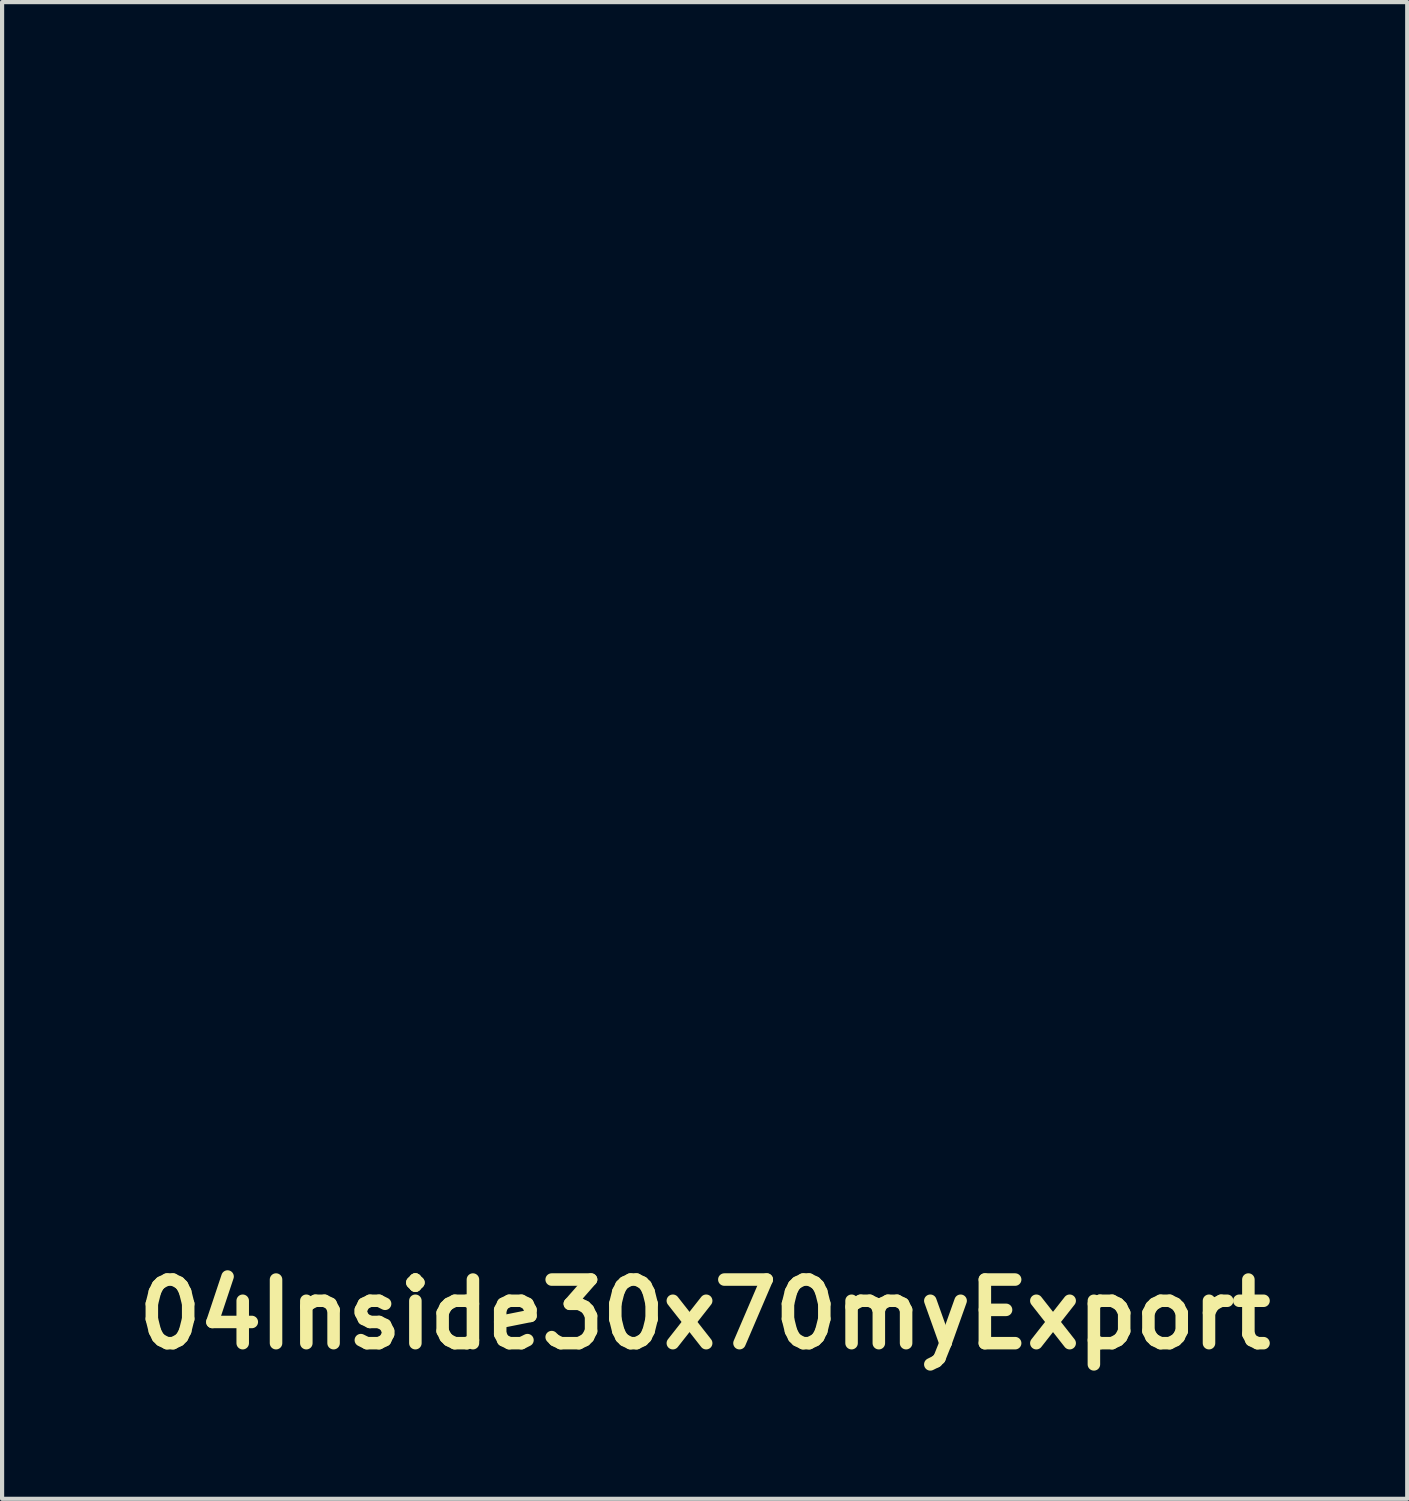
<source format=kicad_pcb>
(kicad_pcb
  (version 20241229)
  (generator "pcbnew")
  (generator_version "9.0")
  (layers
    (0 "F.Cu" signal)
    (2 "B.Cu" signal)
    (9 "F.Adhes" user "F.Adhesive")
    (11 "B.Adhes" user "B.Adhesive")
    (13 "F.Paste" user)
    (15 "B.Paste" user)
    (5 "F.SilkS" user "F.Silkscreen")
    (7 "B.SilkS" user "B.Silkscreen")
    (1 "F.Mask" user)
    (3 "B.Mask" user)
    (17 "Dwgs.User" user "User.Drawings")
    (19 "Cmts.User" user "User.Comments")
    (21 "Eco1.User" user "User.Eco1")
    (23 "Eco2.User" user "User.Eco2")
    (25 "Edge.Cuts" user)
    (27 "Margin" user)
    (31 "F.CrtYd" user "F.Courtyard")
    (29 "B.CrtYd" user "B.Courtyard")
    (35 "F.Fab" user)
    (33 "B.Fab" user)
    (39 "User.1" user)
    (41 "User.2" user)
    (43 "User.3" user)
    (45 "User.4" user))
  (footprint "04Inside30x70myExport"
    (layer "F.Cu")
    (at 13.832 28.44)
    (property "Reference" "04Inside30x70myExport" (at 0 0 0) (layer "F.SilkS") (effects (font (size 1.524 1.524) (thickness 0.3))))
    (attr board_only exclude_from_pos_files exclude_from_bom)
    (fp_poly (pts (xy 8.317 -28.16) (xy 8.126 -27.831) (xy 7.759 -27.234) (xy 7.357 -26.652) (xy 6.917 -26.082) (xy 6.438 -25.522) (xy 5.919 -24.972) (xy 5.357 -24.428) (xy 4.751 -23.889) (xy 4.099 -23.353) (xy 3.578 -22.951) (xy 3.433 -22.842) (xy 3.322 -22.76) (xy 3.241 -22.7) (xy 3.186 -22.661) (xy 3.151 -22.638) (xy 3.132 -22.628) (xy 3.124 -22.629) (xy 3.123 -22.635) (xy 3.137 -22.662) (xy 3.176 -22.725) (xy 3.238 -22.819) (xy 3.32 -22.94) (xy 3.418 -23.083) (xy 3.529 -23.245) (xy 3.651 -23.421) (xy 3.78 -23.606) (xy 3.914 -23.796) (xy 4.049 -23.987) (xy 4.182 -24.174) (xy 4.311 -24.353) (xy 4.432 -24.52) (xy 4.509 -24.625) (xy 4.93 -25.186) (xy 5.341 -25.703) (xy 5.743 -26.181) (xy 6.141 -26.621) (xy 6.537 -27.028) (xy 6.935 -27.406) (xy 7.338 -27.757) (xy 7.749 -28.085) (xy 7.938 -28.226) (xy 8.118 -28.358)) (stroke (width 0) (type solid)) (fill yes) (layer "F.Mask"))
    (fp_poly (pts (xy 2.488 -28.154) (xy 2.539 -28.026) (xy 2.597 -27.867) (xy 2.656 -27.692) (xy 2.71 -27.518) (xy 2.755 -27.36) (xy 2.774 -27.281) (xy 2.862 -26.817) (xy 2.911 -26.335) (xy 2.922 -25.831) (xy 2.896 -25.303) (xy 2.831 -24.748) (xy 2.802 -24.564) (xy 2.77 -24.377) (xy 2.734 -24.178) (xy 2.694 -23.974) (xy 2.653 -23.77) (xy 2.611 -23.573) (xy 2.57 -23.39) (xy 2.532 -23.225) (xy 2.497 -23.086) (xy 2.468 -22.977) (xy 2.445 -22.907) (xy 2.432 -22.882) (xy 2.414 -22.887) (xy 2.397 -22.928) (xy 2.396 -22.931) (xy 2.382 -22.99) (xy 2.361 -23.078) (xy 2.336 -23.179) (xy 2.333 -23.192) (xy 2.193 -23.804) (xy 2.085 -24.38) (xy 2.009 -24.924) (xy 1.963 -25.438) (xy 1.949 -25.925) (xy 1.966 -26.387) (xy 2.014 -26.827) (xy 2.093 -27.247) (xy 2.104 -27.293) (xy 2.159 -27.5) (xy 2.228 -27.721) (xy 2.304 -27.938) (xy 2.38 -28.128) (xy 2.386 -28.142) (xy 2.44 -28.265)) (stroke (width 0) (type solid)) (fill yes) (layer "F.Mask"))
    (fp_poly (pts (xy -8.104 -26.419) (xy -8.005 -26.398) (xy -7.873 -26.358) (xy -7.856 -26.353) (xy -7.642 -26.264) (xy -7.409 -26.134) (xy -7.158 -25.966) (xy -6.893 -25.764) (xy -6.618 -25.529) (xy -6.334 -25.265) (xy -6.045 -24.974) (xy -5.754 -24.66) (xy -5.464 -24.326) (xy -5.178 -23.973) (xy -4.899 -23.605) (xy -4.705 -23.335) (xy -4.59 -23.168) (xy -4.481 -23.005) (xy -4.381 -22.85) (xy -4.293 -22.71) (xy -4.219 -22.588) (xy -4.164 -22.489) (xy -4.129 -22.419) (xy -4.118 -22.382) (xy -4.123 -22.377) (xy -4.151 -22.39) (xy -4.21 -22.424) (xy -4.291 -22.473) (xy -4.34 -22.504) (xy -4.799 -22.804) (xy -5.216 -23.087) (xy -5.594 -23.356) (xy -5.937 -23.615) (xy -6.249 -23.867) (xy -6.531 -24.113) (xy -6.788 -24.358) (xy -7.023 -24.604) (xy -7.24 -24.854) (xy -7.44 -25.111) (xy -7.629 -25.377) (xy -7.689 -25.467) (xy -7.752 -25.567) (xy -7.822 -25.687) (xy -7.897 -25.818) (xy -7.971 -25.953) (xy -8.04 -26.084) (xy -8.101 -26.203) (xy -8.148 -26.302) (xy -8.179 -26.373) (xy -8.188 -26.407) (xy -8.166 -26.423)) (stroke (width 0) (type solid)) (fill yes) (layer "F.Mask"))
    (fp_poly (pts (xy -3.796 -28.14) (xy -3.695 -27.993) (xy -3.598 -27.802) (xy -3.507 -27.57) (xy -3.423 -27.301) (xy -3.347 -27.001) (xy -3.281 -26.672) (xy -3.226 -26.319) (xy -3.206 -26.162) (xy -3.191 -26.002) (xy -3.178 -25.804) (xy -3.17 -25.58) (xy -3.164 -25.34) (xy -3.161 -25.092) (xy -3.162 -24.848) (xy -3.166 -24.618) (xy -3.174 -24.411) (xy -3.185 -24.237) (xy -3.193 -24.158) (xy -3.237 -23.827) (xy -3.287 -23.51) (xy -3.344 -23.221) (xy -3.398 -22.99) (xy -3.431 -22.861) (xy -3.456 -22.774) (xy -3.473 -22.722) (xy -3.485 -22.701) (xy -3.494 -22.703) (xy -3.503 -22.722) (xy -3.538 -22.832) (xy -3.581 -22.981) (xy -3.63 -23.164) (xy -3.682 -23.37) (xy -3.737 -23.594) (xy -3.793 -23.826) (xy -3.846 -24.06) (xy -3.896 -24.286) (xy -3.941 -24.498) (xy -3.968 -24.639) (xy -4.047 -25.075) (xy -4.109 -25.474) (xy -4.154 -25.843) (xy -4.183 -26.19) (xy -4.198 -26.523) (xy -4.199 -26.85) (xy -4.197 -26.924) (xy -4.186 -27.195) (xy -4.167 -27.424) (xy -4.14 -27.617) (xy -4.102 -27.782) (xy -4.052 -27.926) (xy -3.989 -28.055) (xy -3.942 -28.132) (xy -3.875 -28.234)) (stroke (width 0) (type solid)) (fill yes) (layer "F.Mask"))
    (fp_poly (pts (xy -0.117 -28.195) (xy -0.055 -28.131) (xy 0.025 -28.041) (xy 0.118 -27.93) (xy 0.217 -27.805) (xy 0.318 -27.673) (xy 0.415 -27.541) (xy 0.503 -27.414) (xy 0.51 -27.404) (xy 0.694 -27.112) (xy 0.865 -26.807) (xy 1.024 -26.485) (xy 1.174 -26.141) (xy 1.314 -25.771) (xy 1.449 -25.371) (xy 1.578 -24.935) (xy 1.704 -24.46) (xy 1.828 -23.941) (xy 1.845 -23.869) (xy 1.899 -23.63) (xy 1.943 -23.435) (xy 1.978 -23.279) (xy 2.004 -23.158) (xy 2.024 -23.067) (xy 2.036 -23.003) (xy 2.044 -22.96) (xy 2.046 -22.934) (xy 2.045 -22.921) (xy 2.042 -22.917) (xy 2.039 -22.917) (xy 2.019 -22.936) (xy 1.977 -22.989) (xy 1.917 -23.07) (xy 1.845 -23.171) (xy 1.787 -23.255) (xy 1.455 -23.751) (xy 1.159 -24.219) (xy 0.898 -24.663) (xy 0.669 -25.086) (xy 0.471 -25.492) (xy 0.303 -25.885) (xy 0.163 -26.267) (xy 0.048 -26.643) (xy -0.042 -27.017) (xy -0.109 -27.391) (xy -0.11 -27.403) (xy -0.128 -27.537) (xy -0.143 -27.678) (xy -0.155 -27.819) (xy -0.164 -27.95) (xy -0.169 -28.064) (xy -0.17 -28.154) (xy -0.166 -28.21) (xy -0.157 -28.225)) (stroke (width 0) (type solid)) (fill yes) (layer "F.Mask"))
    (fp_poly (pts (xy 5.036 -28.204) (xy 5.039 -28.14) (xy 5.037 -28.042) (xy 5.029 -27.917) (xy 5.016 -27.772) (xy 4.999 -27.615) (xy 4.979 -27.454) (xy 4.956 -27.294) (xy 4.931 -27.144) (xy 4.916 -27.06) (xy 4.834 -26.703) (xy 4.73 -26.344) (xy 4.603 -25.979) (xy 4.45 -25.604) (xy 4.269 -25.217) (xy 4.06 -24.812) (xy 3.82 -24.386) (xy 3.547 -23.936) (xy 3.239 -23.457) (xy 3.163 -23.341) (xy 3.044 -23.163) (xy 2.949 -23.025) (xy 2.877 -22.924) (xy 2.827 -22.858) (xy 2.795 -22.825) (xy 2.782 -22.823) (xy 2.785 -22.85) (xy 2.788 -22.861) (xy 2.797 -22.897) (xy 2.814 -22.974) (xy 2.839 -23.083) (xy 2.869 -23.216) (xy 2.903 -23.367) (xy 2.914 -23.421) (xy 3.04 -23.967) (xy 3.164 -24.467) (xy 3.289 -24.926) (xy 3.416 -25.348) (xy 3.546 -25.735) (xy 3.681 -26.093) (xy 3.822 -26.425) (xy 3.97 -26.734) (xy 4.127 -27.025) (xy 4.255 -27.24) (xy 4.339 -27.369) (xy 4.434 -27.508) (xy 4.535 -27.649) (xy 4.637 -27.787) (xy 4.737 -27.915) (xy 4.829 -28.03) (xy 4.91 -28.123) (xy 4.973 -28.19) (xy 5.016 -28.224) (xy 5.026 -28.227)) (stroke (width 0) (type solid)) (fill yes) (layer "F.Mask"))
    (fp_poly (pts (xy -3.369 -28.334) (xy -3.288 -28.297) (xy -3.188 -28.247) (xy -3.076 -28.188) (xy -2.961 -28.123) (xy -2.849 -28.057) (xy -2.749 -27.995) (xy -2.668 -27.939) (xy -2.66 -27.934) (xy -2.468 -27.78) (xy -2.253 -27.591) (xy -2.016 -27.368) (xy -1.762 -27.116) (xy -1.495 -26.839) (xy -1.217 -26.542) (xy -0.932 -26.227) (xy -0.644 -25.9) (xy -0.355 -25.564) (xy -0.07 -25.223) (xy 0.209 -24.88) (xy 0.479 -24.541) (xy 0.734 -24.209) (xy 0.973 -23.888) (xy 1.192 -23.581) (xy 1.387 -23.294) (xy 1.556 -23.03) (xy 1.646 -22.878) (xy 1.713 -22.759) (xy 1.754 -22.68) (xy 1.766 -22.636) (xy 1.749 -22.625) (xy 1.701 -22.643) (xy 1.621 -22.687) (xy 1.57 -22.717) (xy 1.279 -22.901) (xy 0.968 -23.123) (xy 0.642 -23.379) (xy 0.303 -23.665) (xy -0.045 -23.977) (xy -0.396 -24.31) (xy -0.747 -24.66) (xy -1.094 -25.023) (xy -1.433 -25.394) (xy -1.76 -25.769) (xy -2.07 -26.145) (xy -2.361 -26.515) (xy -2.627 -26.877) (xy -2.864 -27.226) (xy -3.07 -27.558) (xy -3.179 -27.752) (xy -3.244 -27.878) (xy -3.306 -28.006) (xy -3.361 -28.127) (xy -3.405 -28.231) (xy -3.433 -28.31) (xy -3.442 -28.352) (xy -3.423 -28.354)) (stroke (width 0) (type solid)) (fill yes) (layer "F.Mask"))
    (fp_poly (pts (xy -9.936 -24.588) (xy -9.841 -24.581) (xy -9.809 -24.579) (xy -9.336 -24.522) (xy -8.844 -24.422) (xy -8.333 -24.279) (xy -7.806 -24.093) (xy -7.265 -23.866) (xy -6.922 -23.704) (xy -6.744 -23.616) (xy -6.573 -23.528) (xy -6.402 -23.438) (xy -6.225 -23.341) (xy -6.035 -23.235) (xy -5.827 -23.116) (xy -5.594 -22.981) (xy -5.331 -22.826) (xy -5.09 -22.683) (xy -4.9 -22.569) (xy -4.749 -22.478) (xy -4.632 -22.406) (xy -4.547 -22.352) (xy -4.489 -22.312) (xy -4.456 -22.285) (xy -4.442 -22.267) (xy -4.445 -22.256) (xy -4.461 -22.25) (xy -4.463 -22.25) (xy -4.55 -22.239) (xy -4.671 -22.234) (xy -4.813 -22.235) (xy -4.962 -22.242) (xy -5.105 -22.254) (xy -5.188 -22.264) (xy -5.412 -22.301) (xy -5.629 -22.344) (xy -5.857 -22.398) (xy -6.11 -22.466) (xy -6.189 -22.489) (xy -6.589 -22.613) (xy -6.996 -22.755) (xy -7.402 -22.912) (xy -7.801 -23.082) (xy -8.187 -23.261) (xy -8.553 -23.446) (xy -8.891 -23.634) (xy -9.197 -23.822) (xy -9.462 -24.007) (xy -9.53 -24.059) (xy -9.638 -24.149) (xy -9.748 -24.249) (xy -9.85 -24.35) (xy -9.935 -24.443) (xy -9.995 -24.519) (xy -10.01 -24.544) (xy -10.021 -24.568) (xy -10.018 -24.583) (xy -9.993 -24.589)) (stroke (width 0) (type solid)) (fill yes) (layer "F.Mask"))
    (fp_poly (pts (xy -6.144 -28.427) (xy -6.107 -28.391) (xy -6.053 -28.327) (xy -5.978 -28.232) (xy -5.878 -28.102) (xy -5.848 -28.062) (xy -5.707 -27.873) (xy -5.592 -27.714) (xy -5.495 -27.576) (xy -5.413 -27.45) (xy -5.338 -27.326) (xy -5.266 -27.197) (xy -5.191 -27.052) (xy -5.142 -26.956) (xy -5.032 -26.732) (xy -4.931 -26.516) (xy -4.836 -26.303) (xy -4.747 -26.088) (xy -4.662 -25.866) (xy -4.578 -25.633) (xy -4.494 -25.383) (xy -4.409 -25.111) (xy -4.321 -24.812) (xy -4.228 -24.482) (xy -4.128 -24.115) (xy -4.02 -23.707) (xy -3.984 -23.568) (xy -3.935 -23.381) (xy -3.89 -23.207) (xy -3.85 -23.054) (xy -3.816 -22.927) (xy -3.791 -22.832) (xy -3.776 -22.775) (xy -3.772 -22.763) (xy -3.767 -22.726) (xy -3.788 -22.729) (xy -3.834 -22.772) (xy -3.903 -22.854) (xy -3.909 -22.861) (xy -4.273 -23.346) (xy -4.613 -23.847) (xy -4.927 -24.36) (xy -5.213 -24.879) (xy -5.468 -25.4) (xy -5.69 -25.917) (xy -5.875 -26.426) (xy -6.022 -26.921) (xy -6.125 -27.379) (xy -6.143 -27.495) (xy -6.159 -27.633) (xy -6.173 -27.783) (xy -6.184 -27.936) (xy -6.191 -28.084) (xy -6.195 -28.217) (xy -6.194 -28.326) (xy -6.188 -28.402) (xy -6.18 -28.433) (xy -6.168 -28.44)) (stroke (width 0) (type solid)) (fill yes) (layer "F.Mask"))
    (fp_poly (pts (xy -9.516 -22.46) (xy -9.216 -22.459) (xy -8.957 -22.457) (xy -8.729 -22.453) (xy -8.522 -22.446) (xy -8.328 -22.437) (xy -8.137 -22.424) (xy -7.94 -22.407) (xy -7.729 -22.385) (xy -7.493 -22.358) (xy -7.224 -22.326) (xy -7.204 -22.324) (xy -6.941 -22.289) (xy -6.653 -22.247) (xy -6.356 -22.2) (xy -6.065 -22.15) (xy -5.796 -22.101) (xy -5.618 -22.066) (xy -5.514 -22.043) (xy -5.387 -22.015) (xy -5.245 -21.982) (xy -5.096 -21.946) (xy -4.948 -21.911) (xy -4.809 -21.876) (xy -4.687 -21.846) (xy -4.589 -21.82) (xy -4.525 -21.802) (xy -4.502 -21.794) (xy -4.497 -21.785) (xy -4.51 -21.776) (xy -4.546 -21.765) (xy -4.612 -21.752) (xy -4.712 -21.735) (xy -4.852 -21.713) (xy -4.918 -21.702) (xy -5.473 -21.624) (xy -6.035 -21.561) (xy -6.594 -21.514) (xy -7.142 -21.483) (xy -7.67 -21.469) (xy -8.17 -21.472) (xy -8.633 -21.492) (xy -8.641 -21.493) (xy -9.183 -21.542) (xy -9.726 -21.614) (xy -10.259 -21.708) (xy -10.769 -21.822) (xy -11.21 -21.942) (xy -11.469 -22.02) (xy -11.488 -22.116) (xy -11.498 -22.179) (xy -11.498 -22.218) (xy -11.496 -22.223) (xy -11.467 -22.235) (xy -11.4 -22.256) (xy -11.303 -22.283) (xy -11.188 -22.315) (xy -11.063 -22.347) (xy -10.938 -22.378) (xy -10.822 -22.405) (xy -10.77 -22.417) (xy -10.713 -22.428) (xy -10.654 -22.437) (xy -10.586 -22.444) (xy -10.505 -22.45) (xy -10.405 -22.454) (xy -10.281 -22.457) (xy -10.128 -22.459) (xy -9.94 -22.46) (xy -9.712 -22.46)) (stroke (width 0) (type solid)) (fill yes) (layer "F.Mask")))
  (gr_rect
    (start -3 -3)
    (end 30.664 32.858)
    (stroke (width 0.1) (type default))
    (fill no)
    (layer "Edge.Cuts")))
</source>
